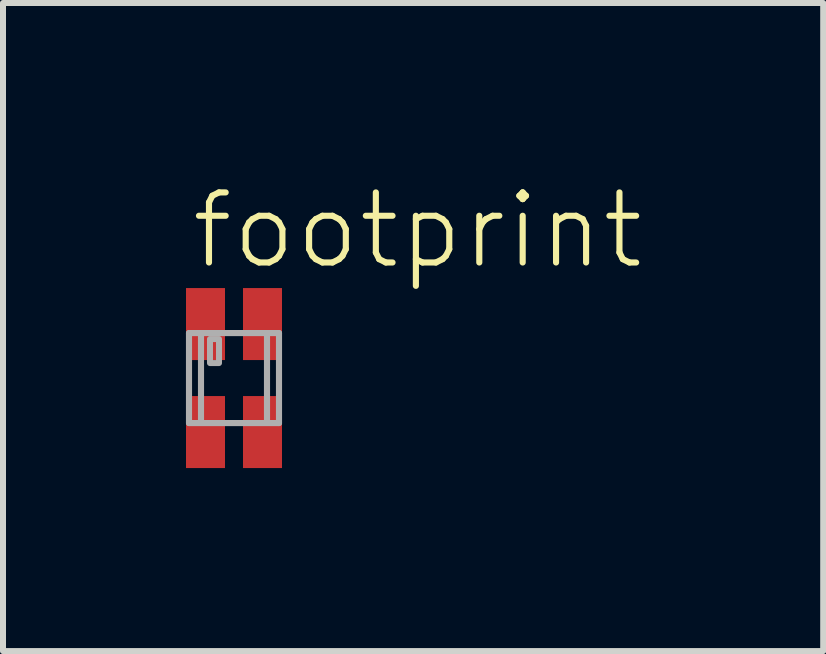
<source format=kicad_pcb>
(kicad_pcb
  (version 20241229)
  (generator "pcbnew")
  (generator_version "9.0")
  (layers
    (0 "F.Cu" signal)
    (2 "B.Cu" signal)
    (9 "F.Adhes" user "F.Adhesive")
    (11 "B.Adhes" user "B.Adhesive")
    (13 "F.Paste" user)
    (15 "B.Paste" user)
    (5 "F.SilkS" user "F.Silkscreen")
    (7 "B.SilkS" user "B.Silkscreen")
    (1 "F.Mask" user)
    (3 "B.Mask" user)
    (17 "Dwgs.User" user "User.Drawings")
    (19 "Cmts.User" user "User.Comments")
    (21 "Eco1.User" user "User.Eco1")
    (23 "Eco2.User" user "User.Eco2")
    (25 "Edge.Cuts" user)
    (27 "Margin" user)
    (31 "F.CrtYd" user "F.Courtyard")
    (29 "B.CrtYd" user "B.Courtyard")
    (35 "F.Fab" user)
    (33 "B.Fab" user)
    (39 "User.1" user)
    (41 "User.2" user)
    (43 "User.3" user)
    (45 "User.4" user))
  (footprint "footprint"
    (layer "F.Cu")
    (at 0.85 3.251)
    (property "Reference" "footprint" (at -0.762 -1.778 0) (layer "F.SilkS") (effects (font (size 1.168 1.168) (thickness 0.102)) (justify left bottom)))
    (fp_poly (pts (xy -0.85 -0.25) (xy -0.1 -0.25) (xy -0.1 -1.55) (xy -0.85 -1.55)) (stroke (width 0) (type solid)) (fill yes) (layer "F.Mask"))
    (fp_poly (pts (xy -0.85 1.55) (xy -0.1 1.55) (xy -0.1 0.25) (xy -0.85 0.25)) (stroke (width 0) (type solid)) (fill yes) (layer "F.Mask"))
    (fp_poly (pts (xy 0.1 -0.25) (xy 0.85 -0.25) (xy 0.85 -1.55) (xy 0.1 -1.55)) (stroke (width 0) (type solid)) (fill yes) (layer "F.Mask"))
    (fp_poly (pts (xy 0.1 1.55) (xy 0.85 1.55) (xy 0.85 0.25) (xy 0.1 0.25)) (stroke (width 0) (type solid)) (fill yes) (layer "F.Mask"))
    (fp_poly (pts (xy -0.775 -0.325) (xy -0.175 -0.325) (xy -0.175 -1.45) (xy -0.775 -1.45)) (stroke (width 0) (type solid)) (fill yes) (layer "F.Paste"))
    (fp_poly (pts (xy -0.175 0.325) (xy -0.775 0.325) (xy -0.775 1.45) (xy -0.175 1.45)) (stroke (width 0) (type solid)) (fill yes) (layer "F.Paste"))
    (fp_poly (pts (xy 0.175 -0.325) (xy 0.775 -0.325) (xy 0.775 -1.45) (xy 0.175 -1.45)) (stroke (width 0) (type solid)) (fill yes) (layer "F.Paste"))
    (fp_poly (pts (xy 0.775 0.325) (xy 0.175 0.325) (xy 0.175 1.45) (xy 0.775 1.45)) (stroke (width 0) (type solid)) (fill yes) (layer "F.Paste"))
    (fp_line (start -0.75 -0.75) (end -0.75 0.75) (stroke (width 0.102) (type solid)) (layer "F.Fab"))
    (fp_line (start -0.75 0.75) (end 0.75 0.75) (stroke (width 0.102) (type solid)) (layer "F.Fab"))
    (fp_line (start -0.55 -0.7) (end -0.55 0.7) (stroke (width 0.102) (type solid)) (layer "F.Fab"))
    (fp_line (start 0.55 0.7) (end 0.55 -0.7) (stroke (width 0.102) (type solid)) (layer "F.Fab"))
    (fp_line (start 0.75 -0.75) (end -0.75 -0.75) (stroke (width 0.102) (type solid)) (layer "F.Fab"))
    (fp_line (start 0.75 0.75) (end 0.75 -0.75) (stroke (width 0.102) (type solid)) (layer "F.Fab"))
    (fp_poly (pts (xy -0.4 -0.25) (xy -0.25 -0.25) (xy -0.25 -0.65) (xy -0.4 -0.65)) (stroke (width 0.1) (type solid)) (fill no) (layer "F.Fab"))
    (pad "1" smd rect (at -0.475 -0.9) (size 0.65 1.2) (layers "F.Cu"))
    (pad "2" smd rect (at -0.475 0.9) (size 0.65 1.2) (layers "F.Cu"))
    (pad "3" smd rect (at 0.475 0.9) (size 0.65 1.2) (layers "F.Cu"))
    (pad "4" smd rect (at 0.475 -0.9) (size 0.65 1.2) (layers "F.Cu")))
  (gr_rect
    (start -3 -3)
    (end 10.67 7.801)
    (stroke (width 0.1) (type default))
    (fill no)
    (layer "Edge.Cuts")))
</source>
